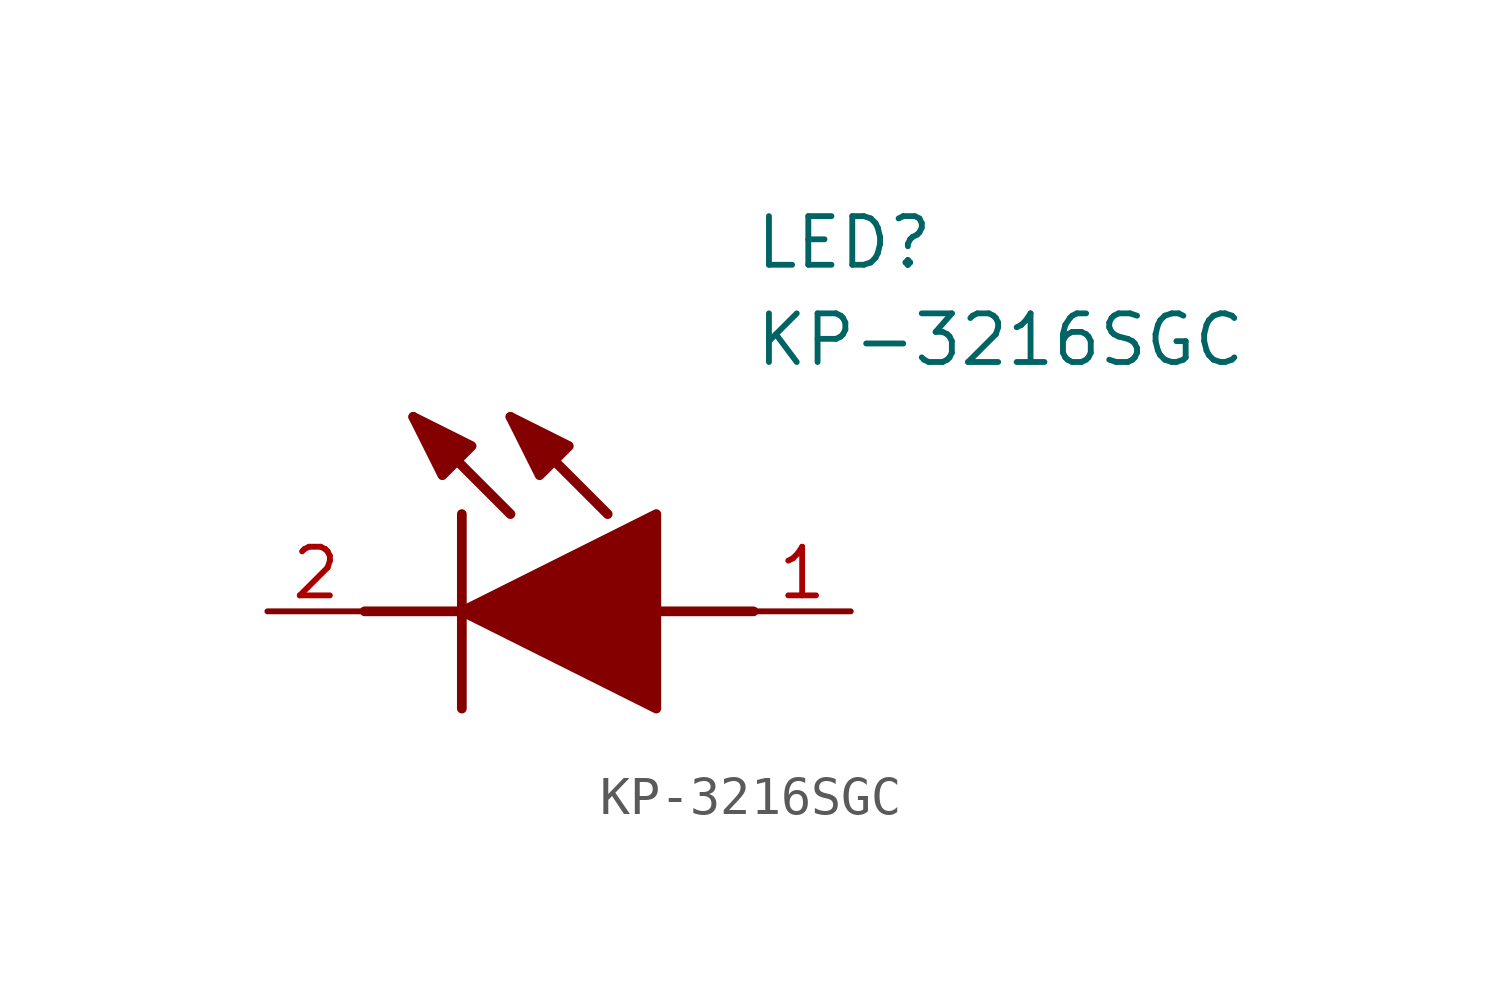
<source format=kicad_sym>
(kicad_symbol_lib
  (version 20211014)
  (generator SamacSys_ECAD_Model)
  (symbol "KP-3216SGC"
    (pin_names hide)
    (property "Reference" "LED"
      (at 12.7 8.89 0)
      (effects (font (size 1.27 1.27)) (justify left bottom)))
    (property "Value" "KP-3216SGC"
      (at 12.7 6.35 0)
      (effects (font (size 1.27 1.27)) (justify left bottom)))
    (polyline
      (pts (xy 5.08 2.54) (xy 5.08 -2.54))
      (stroke (width 0.254) (type default))
      (fill (type none)))
    (polyline
      (pts (xy 6.35 2.54) (xy 3.81 5.08))
      (stroke (width 0.254) (type default))
      (fill (type none)))
    (polyline
      (pts (xy 8.89 2.54) (xy 6.35 5.08))
      (stroke (width 0.254) (type default))
      (fill (type none)))
    (polyline
      (pts (xy 2.54 0) (xy 5.08 0))
      (stroke (width 0.254) (type default))
      (fill (type none)))
    (polyline
      (pts (xy 10.16 0) (xy 12.7 0))
      (stroke (width 0.254) (type default))
      (fill (type none)))
    (polyline
      (pts (xy 5.08 0) (xy 10.16 2.54) (xy 10.16 -2.54) (xy 5.08 0))
      (stroke (width 0.254) (type default))
      (fill (type outline)))
    (polyline
      (pts (xy 5.334 4.318) (xy 4.572 3.556) (xy 3.81 5.08) (xy 5.334 4.318))
      (stroke (width 0.254) (type default))
      (fill (type outline)))
    (polyline
      (pts (xy 7.874 4.318) (xy 7.112 3.556) (xy 6.35 5.08) (xy 7.874 4.318))
      (stroke (width 0.254) (type default))
      (fill (type outline)))
    (pin passive line
      (at 0 0 0)
      (length 2.54)
      (name "K" (effects (font (size 1.27 1.27))))
      (number "2" (effects (font (size 1.27 1.27)))))
    (pin passive line
      (at 15.24 0 180)
      (length 2.54)
      (name "A" (effects (font (size 1.27 1.27))))
      (number "1" (effects (font (size 1.27 1.27)))))))
</source>
